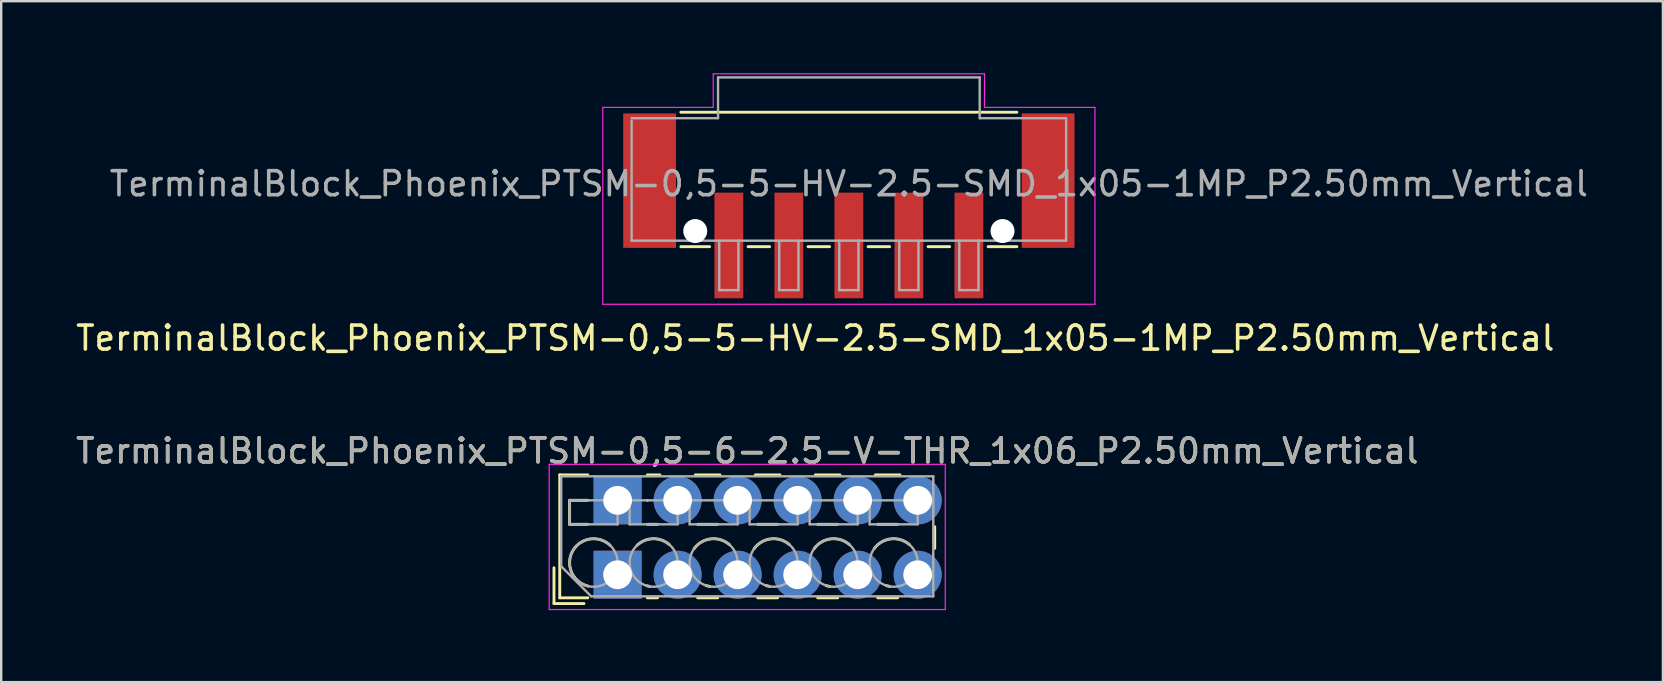
<source format=kicad_pcb>
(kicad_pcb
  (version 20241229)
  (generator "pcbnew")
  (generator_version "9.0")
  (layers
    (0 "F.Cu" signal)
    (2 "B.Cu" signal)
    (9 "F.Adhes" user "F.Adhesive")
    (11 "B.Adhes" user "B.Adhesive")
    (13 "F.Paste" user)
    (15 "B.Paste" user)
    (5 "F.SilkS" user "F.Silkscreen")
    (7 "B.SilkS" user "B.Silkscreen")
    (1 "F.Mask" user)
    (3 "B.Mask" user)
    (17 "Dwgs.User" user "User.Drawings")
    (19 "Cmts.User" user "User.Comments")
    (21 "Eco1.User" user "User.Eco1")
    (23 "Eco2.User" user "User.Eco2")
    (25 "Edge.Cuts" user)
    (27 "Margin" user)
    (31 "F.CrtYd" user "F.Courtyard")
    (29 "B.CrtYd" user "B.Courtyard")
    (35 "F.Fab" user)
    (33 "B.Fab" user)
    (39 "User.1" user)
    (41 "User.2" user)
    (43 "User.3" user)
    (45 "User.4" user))
  (footprint "TerminalBlock_Phoenix_PTSM-0,5-6-2.5-V-THR_1x06_P2.50mm_Vertical"
    (layer "F.Cu")
    (at 22.677 20.892)
    (property "Reference" "TerminalBlock_Phoenix_PTSM-0,5-6-2.5-V-THR_1x06_P2.50mm_Vertical" (at 5.4 -5.16 0) (layer "F.SilkS") (effects (font (size 1 1) (thickness 0.15))))
    (attr through_hole)
    (fp_line (start -2.65 -0.29) (end -2.65 1.2) (stroke (width 0.12) (type solid)) (layer "F.SilkS"))
    (fp_line (start -2.65 1.2) (end -1.4 1.2) (stroke (width 0.12) (type solid)) (layer "F.SilkS"))
    (fp_line (start -2.41 -4.16) (end -2.41 0.961) (stroke (width 0.12) (type solid)) (layer "F.SilkS"))
    (fp_line (start -2.41 -4.16) (end -1.24 -4.16) (stroke (width 0.12) (type solid)) (layer "F.SilkS"))
    (fp_line (start -2.41 0.961) (end -1.24 0.961) (stroke (width 0.12) (type solid)) (layer "F.SilkS"))
    (fp_line (start -2 -3.1) (end -2 -2.1) (stroke (width 0.12) (type solid)) (layer "F.SilkS"))
    (fp_line (start -2 -3.1) (end -1.24 -3.1) (stroke (width 0.12) (type solid)) (layer "F.SilkS"))
    (fp_line (start -2 -2.1) (end -1.24 -2.1) (stroke (width 0.12) (type solid)) (layer "F.SilkS"))
    (fp_line (start 1.24 -4.16) (end 1.763 -4.16) (stroke (width 0.12) (type solid)) (layer "F.SilkS"))
    (fp_line (start 1.24 -3.1) (end 1.245 -3.1) (stroke (width 0.12) (type solid)) (layer "F.SilkS"))
    (fp_line (start 1.24 -2.1) (end 1.665 -2.1) (stroke (width 0.12) (type solid)) (layer "F.SilkS"))
    (fp_line (start 1.24 0.961) (end 1.665 0.961) (stroke (width 0.12) (type solid)) (layer "F.SilkS"))
    (fp_line (start 3.238 -4.16) (end 4.263 -4.16) (stroke (width 0.12) (type solid)) (layer "F.SilkS"))
    (fp_line (start 3.336 -2.1) (end 4.165 -2.1) (stroke (width 0.12) (type solid)) (layer "F.SilkS"))
    (fp_line (start 3.336 0.961) (end 4.165 0.961) (stroke (width 0.12) (type solid)) (layer "F.SilkS"))
    (fp_line (start 5.738 -4.16) (end 6.763 -4.16) (stroke (width 0.12) (type solid)) (layer "F.SilkS"))
    (fp_line (start 5.836 -2.1) (end 6.665 -2.1) (stroke (width 0.12) (type solid)) (layer "F.SilkS"))
    (fp_line (start 5.836 0.961) (end 6.665 0.961) (stroke (width 0.12) (type solid)) (layer "F.SilkS"))
    (fp_line (start 8.238 -4.16) (end 9.263 -4.16) (stroke (width 0.12) (type solid)) (layer "F.SilkS"))
    (fp_line (start 8.336 -2.1) (end 9.165 -2.1) (stroke (width 0.12) (type solid)) (layer "F.SilkS"))
    (fp_line (start 8.336 0.961) (end 9.165 0.961) (stroke (width 0.12) (type solid)) (layer "F.SilkS"))
    (fp_line (start 10.738 -4.16) (end 11.763 -4.16) (stroke (width 0.12) (type solid)) (layer "F.SilkS"))
    (fp_line (start 10.836 -2.1) (end 11.665 -2.1) (stroke (width 0.12) (type solid)) (layer "F.SilkS"))
    (fp_line (start 10.836 0.961) (end 11.665 0.961) (stroke (width 0.12) (type solid)) (layer "F.SilkS"))
    (fp_line (start 13.21 -2) (end 13.21 -1.1) (stroke (width 0.12) (type solid)) (layer "F.SilkS"))
    (fp_arc (start -1.224629 0.474931) (mid -1.883573 -0.969306) (end -0.318 -1.232) (stroke (width 0.12) (type solid)) (layer "F.SilkS"))
    (fp_arc (start 0.817811 -1.23232) (mid 1.483053 -1.500693) (end 2.157 -1.255) (stroke (width 0.12) (type solid)) (layer "F.SilkS"))
    (fp_arc (start 1.344288 0.488343) (mid 1.284242 0.476994) (end 1.225 0.462) (stroke (width 0.12) (type solid)) (layer "F.SilkS"))
    (fp_arc (start 3.190612 -1.088697) (mid 3.887218 -1.494461) (end 4.657 -1.255) (stroke (width 0.12) (type solid)) (layer "F.SilkS"))
    (fp_arc (start 3.84373 0.488618) (mid 3.766646 0.47331) (end 3.691 0.452) (stroke (width 0.12) (type solid)) (layer "F.SilkS"))
    (fp_arc (start 5.690612 -1.088697) (mid 6.387218 -1.494461) (end 7.157 -1.255) (stroke (width 0.12) (type solid)) (layer "F.SilkS"))
    (fp_arc (start 6.34373 0.488618) (mid 6.266646 0.47331) (end 6.191 0.452) (stroke (width 0.12) (type solid)) (layer "F.SilkS"))
    (fp_arc (start 8.190612 -1.088697) (mid 8.887218 -1.494461) (end 9.657 -1.255) (stroke (width 0.12) (type solid)) (layer "F.SilkS"))
    (fp_arc (start 8.84373 0.488618) (mid 8.766646 0.47331) (end 8.691 0.452) (stroke (width 0.12) (type solid)) (layer "F.SilkS"))
    (fp_arc (start 10.690612 -1.088697) (mid 11.387218 -1.494461) (end 12.157 -1.255) (stroke (width 0.12) (type solid)) (layer "F.SilkS"))
    (fp_arc (start 11.34373 0.488618) (mid 11.266646 0.47331) (end 11.191 0.452) (stroke (width 0.12) (type solid)) (layer "F.SilkS"))
    (fp_line (start -2.85 -4.6) (end -2.85 1.45) (stroke (width 0.05) (type solid)) (layer "F.CrtYd"))
    (fp_line (start -2.85 1.45) (end 13.65 1.45) (stroke (width 0.05) (type solid)) (layer "F.CrtYd"))
    (fp_line (start 13.65 -4.6) (end -2.85 -4.6) (stroke (width 0.05) (type solid)) (layer "F.CrtYd"))
    (fp_line (start 13.65 1.45) (end 13.65 -4.6) (stroke (width 0.05) (type solid)) (layer "F.CrtYd"))
    (fp_line (start -2.35 -4.1) (end 13.15 -4.1) (stroke (width 0.1) (type solid)) (layer "F.Fab"))
    (fp_line (start -2.35 -0.35) (end -2.35 -4.1) (stroke (width 0.1) (type solid)) (layer "F.Fab"))
    (fp_line (start -2 -3.1) (end -2 -2.1) (stroke (width 0.1) (type solid)) (layer "F.Fab"))
    (fp_line (start -2 -2.1) (end 0 -2.1) (stroke (width 0.1) (type solid)) (layer "F.Fab"))
    (fp_line (start -1.1 0.9) (end -2.35 -0.35) (stroke (width 0.1) (type solid)) (layer "F.Fab"))
    (fp_line (start 0 -3.1) (end -2 -3.1) (stroke (width 0.1) (type solid)) (layer "F.Fab"))
    (fp_line (start 0 -2.1) (end 0 -3.1) (stroke (width 0.1) (type solid)) (layer "F.Fab"))
    (fp_line (start 0.5 -3.1) (end 0.5 -2.1) (stroke (width 0.1) (type solid)) (layer "F.Fab"))
    (fp_line (start 0.5 -2.1) (end 2.5 -2.1) (stroke (width 0.1) (type solid)) (layer "F.Fab"))
    (fp_line (start 2.5 -3.1) (end 0.5 -3.1) (stroke (width 0.1) (type solid)) (layer "F.Fab"))
    (fp_line (start 2.5 -2.1) (end 2.5 -3.1) (stroke (width 0.1) (type solid)) (layer "F.Fab"))
    (fp_line (start 3 -3.1) (end 3 -2.1) (stroke (width 0.1) (type solid)) (layer "F.Fab"))
    (fp_line (start 3 -2.1) (end 5 -2.1) (stroke (width 0.1) (type solid)) (layer "F.Fab"))
    (fp_line (start 5 -3.1) (end 3 -3.1) (stroke (width 0.1) (type solid)) (layer "F.Fab"))
    (fp_line (start 5 -2.1) (end 5 -3.1) (stroke (width 0.1) (type solid)) (layer "F.Fab"))
    (fp_line (start 5.5 -3.1) (end 5.5 -2.1) (stroke (width 0.1) (type solid)) (layer "F.Fab"))
    (fp_line (start 5.5 -2.1) (end 7.5 -2.1) (stroke (width 0.1) (type solid)) (layer "F.Fab"))
    (fp_line (start 7.5 -3.1) (end 5.5 -3.1) (stroke (width 0.1) (type solid)) (layer "F.Fab"))
    (fp_line (start 7.5 -2.1) (end 7.5 -3.1) (stroke (width 0.1) (type solid)) (layer "F.Fab"))
    (fp_line (start 8 -3.1) (end 8 -2.1) (stroke (width 0.1) (type solid)) (layer "F.Fab"))
    (fp_line (start 8 -2.1) (end 10 -2.1) (stroke (width 0.1) (type solid)) (layer "F.Fab"))
    (fp_line (start 10 -3.1) (end 8 -3.1) (stroke (width 0.1) (type solid)) (layer "F.Fab"))
    (fp_line (start 10 -2.1) (end 10 -3.1) (stroke (width 0.1) (type solid)) (layer "F.Fab"))
    (fp_line (start 10.5 -3.1) (end 10.5 -2.1) (stroke (width 0.1) (type solid)) (layer "F.Fab"))
    (fp_line (start 10.5 -2.1) (end 12.5 -2.1) (stroke (width 0.1) (type solid)) (layer "F.Fab"))
    (fp_line (start 12.5 -3.1) (end 10.5 -3.1) (stroke (width 0.1) (type solid)) (layer "F.Fab"))
    (fp_line (start 12.5 -2.1) (end 12.5 -3.1) (stroke (width 0.1) (type solid)) (layer "F.Fab"))
    (fp_line (start 13.15 -4.1) (end 13.15 0.9) (stroke (width 0.1) (type solid)) (layer "F.Fab"))
    (fp_line (start 13.15 0.9) (end -1.1 0.9) (stroke (width 0.1) (type solid)) (layer "F.Fab"))
    (fp_circle (center -1 -0.5) (end 0 -0.5) (stroke (width 0.1) (type solid)) (fill no) (layer "F.Fab"))
    (fp_circle (center 1.5 -0.5) (end 2.5 -0.5) (stroke (width 0.1) (type solid)) (fill no) (layer "F.Fab"))
    (fp_circle (center 4 -0.5) (end 5 -0.5) (stroke (width 0.1) (type solid)) (fill no) (layer "F.Fab"))
    (fp_circle (center 6.5 -0.5) (end 7.5 -0.5) (stroke (width 0.1) (type solid)) (fill no) (layer "F.Fab"))
    (fp_circle (center 9 -0.5) (end 10 -0.5) (stroke (width 0.1) (type solid)) (fill no) (layer "F.Fab"))
    (fp_circle (center 11.5 -0.5) (end 12.5 -0.5) (stroke (width 0.1) (type solid)) (fill no) (layer "F.Fab"))
    (fp_text user "${REFERENCE}" (at 5.4 -5.16 0) (layer "F.Fab") (effects (font (size 1 1) (thickness 0.15))))
    (pad "1" thru_hole rect (at 0 -3.1) (size 2 2) (drill 1.2) (layers "*.Cu" "*.Mask"))
    (pad "1" thru_hole rect (at 0 0) (size 2 2) (drill 1.2) (layers "*.Cu" "*.Mask"))
    (pad "2" thru_hole circle (at 2.5 -3.1) (size 2 2) (drill 1.2) (layers "*.Cu" "*.Mask"))
    (pad "2" thru_hole circle (at 2.5 0) (size 2 2) (drill 1.2) (layers "*.Cu" "*.Mask"))
    (pad "3" thru_hole circle (at 5 -3.1) (size 2 2) (drill 1.2) (layers "*.Cu" "*.Mask"))
    (pad "3" thru_hole circle (at 5 0) (size 2 2) (drill 1.2) (layers "*.Cu" "*.Mask"))
    (pad "4" thru_hole circle (at 7.5 -3.1) (size 2 2) (drill 1.2) (layers "*.Cu" "*.Mask"))
    (pad "4" thru_hole circle (at 7.5 0) (size 2 2) (drill 1.2) (layers "*.Cu" "*.Mask"))
    (pad "5" thru_hole circle (at 10 -3.1) (size 2 2) (drill 1.2) (layers "*.Cu" "*.Mask"))
    (pad "5" thru_hole circle (at 10 0) (size 2 2) (drill 1.2) (layers "*.Cu" "*.Mask"))
    (pad "6" thru_hole circle (at 12.5 -3.1) (size 2 2) (drill 1.2) (layers "*.Cu" "*.Mask"))
    (pad "6" thru_hole circle (at 12.5 0) (size 2 2) (drill 1.2) (layers "*.Cu" "*.Mask")))
  (footprint "TerminalBlock_Phoenix_PTSM-0,5-5-HV-2.5-SMD_1x05-1MP_P2.50mm_Vertical"
    (layer "F.Cu")
    (at 32.311 5.525)
    (property "Reference" "TerminalBlock_Phoenix_PTSM-0,5-5-HV-2.5-SMD_1x05-1MP_P2.50mm_Vertical" (at -1.4 5.51 0) (layer "F.SilkS") (effects (font (size 1 1) (thickness 0.15))))
    (attr smd)
    (fp_line (start -7 -3.9) (end 7 -3.9) (stroke (width 0.12) (type solid)) (layer "F.SilkS"))
    (fp_line (start -5.8 1.7) (end -7 1.7) (stroke (width 0.12) (type solid)) (layer "F.SilkS"))
    (fp_line (start -3.3 1.7) (end -4.2 1.7) (stroke (width 0.12) (type solid)) (layer "F.SilkS"))
    (fp_line (start -0.8 1.7) (end -1.7 1.7) (stroke (width 0.12) (type solid)) (layer "F.SilkS"))
    (fp_line (start 1.7 1.7) (end 0.8 1.7) (stroke (width 0.12) (type solid)) (layer "F.SilkS"))
    (fp_line (start 4.2 1.7) (end 3.3 1.7) (stroke (width 0.12) (type solid)) (layer "F.SilkS"))
    (fp_line (start 7 1.7) (end 5.8 1.7) (stroke (width 0.12) (type solid)) (layer "F.SilkS"))
    (fp_line (start -10.25 -4.1) (end -5.65 -4.1) (stroke (width 0.05) (type solid)) (layer "F.CrtYd"))
    (fp_line (start -10.25 4.1) (end -10.25 -4.1) (stroke (width 0.05) (type solid)) (layer "F.CrtYd"))
    (fp_line (start -5.65 -5.5) (end 5.65 -5.5) (stroke (width 0.05) (type solid)) (layer "F.CrtYd"))
    (fp_line (start -5.65 -4.1) (end -5.65 -5.5) (stroke (width 0.05) (type solid)) (layer "F.CrtYd"))
    (fp_line (start 5.65 -4.1) (end 5.65 -5.5) (stroke (width 0.05) (type solid)) (layer "F.CrtYd"))
    (fp_line (start 10.25 -4.1) (end 5.65 -4.1) (stroke (width 0.05) (type solid)) (layer "F.CrtYd"))
    (fp_line (start 10.25 -4.1) (end 10.25 4.1) (stroke (width 0.05) (type solid)) (layer "F.CrtYd"))
    (fp_line (start 10.25 4.1) (end -10.25 4.1) (stroke (width 0.05) (type solid)) (layer "F.CrtYd"))
    (fp_line (start -9.05 -3.65) (end -5.45 -3.65) (stroke (width 0.1) (type solid)) (layer "F.Fab"))
    (fp_line (start -9.05 1.45) (end -9.05 -3.55) (stroke (width 0.1) (type solid)) (layer "F.Fab"))
    (fp_line (start -5.45 -5.35) (end 5.45 -5.35) (stroke (width 0.1) (type solid)) (layer "F.Fab"))
    (fp_line (start -5.45 -3.65) (end -5.45 -5.35) (stroke (width 0.1) (type solid)) (layer "F.Fab"))
    (fp_line (start -5.4 1.45) (end -5.4 3.51) (stroke (width 0.1) (type solid)) (layer "F.Fab"))
    (fp_line (start -5.4 3.51) (end -4.6 3.51) (stroke (width 0.1) (type solid)) (layer "F.Fab"))
    (fp_line (start -4.6 1.45) (end -4.6 3.51) (stroke (width 0.1) (type solid)) (layer "F.Fab"))
    (fp_line (start -2.9 1.45) (end -2.9 3.51) (stroke (width 0.1) (type solid)) (layer "F.Fab"))
    (fp_line (start -2.9 3.51) (end -2.1 3.51) (stroke (width 0.1) (type solid)) (layer "F.Fab"))
    (fp_line (start -2.1 1.45) (end -2.1 3.51) (stroke (width 0.1) (type solid)) (layer "F.Fab"))
    (fp_line (start -0.4 1.45) (end -0.4 3.51) (stroke (width 0.1) (type solid)) (layer "F.Fab"))
    (fp_line (start -0.4 3.51) (end 0.4 3.51) (stroke (width 0.1) (type solid)) (layer "F.Fab"))
    (fp_line (start 0.4 1.45) (end 0.4 3.51) (stroke (width 0.1) (type solid)) (layer "F.Fab"))
    (fp_line (start 2.1 1.45) (end 2.1 3.51) (stroke (width 0.1) (type solid)) (layer "F.Fab"))
    (fp_line (start 2.1 3.51) (end 2.9 3.51) (stroke (width 0.1) (type solid)) (layer "F.Fab"))
    (fp_line (start 2.9 1.45) (end 2.9 3.51) (stroke (width 0.1) (type solid)) (layer "F.Fab"))
    (fp_line (start 4.6 1.45) (end 4.6 3.51) (stroke (width 0.1) (type solid)) (layer "F.Fab"))
    (fp_line (start 4.6 3.51) (end 5.4 3.51) (stroke (width 0.1) (type solid)) (layer "F.Fab"))
    (fp_line (start 5.4 1.45) (end 5.4 3.51) (stroke (width 0.1) (type solid)) (layer "F.Fab"))
    (fp_line (start 5.45 -5.35) (end 5.45 -3.65) (stroke (width 0.1) (type solid)) (layer "F.Fab"))
    (fp_line (start 5.45 -3.65) (end 9.05 -3.65) (stroke (width 0.1) (type solid)) (layer "F.Fab"))
    (fp_line (start 9.05 1.45) (end -9.05 1.45) (stroke (width 0.1) (type solid)) (layer "F.Fab"))
    (fp_line (start 9.05 1.45) (end 9.05 -3.6) (stroke (width 0.1) (type solid)) (layer "F.Fab"))
    (fp_text user "${REFERENCE}" (at 0 -0.92 0) (layer "F.Fab") (effects (font (size 1 1) (thickness 0.15))))
    (pad "" np_thru_hole circle (at -6.4 1.05) (size 1 1) (drill 1) (layers "*.Cu" "*.Mask"))
    (pad "" np_thru_hole circle (at 6.4 1.05) (size 1 1) (drill 1) (layers "*.Cu" "*.Mask"))
    (pad "1" smd rect (at -5 1.65 180) (size 1.2 4.4) (layers "F.Cu" "F.Mask" "F.Paste"))
    (pad "2" smd rect (at -2.5 1.65 180) (size 1.2 4.4) (layers "F.Cu" "F.Mask" "F.Paste"))
    (pad "3" smd rect (at 0 1.65 180) (size 1.2 4.4) (layers "F.Cu" "F.Mask" "F.Paste"))
    (pad "4" smd rect (at 2.5 1.65 180) (size 1.2 4.4) (layers "F.Cu" "F.Mask" "F.Paste"))
    (pad "5" smd rect (at 5 1.65 180) (size 1.2 4.4) (layers "F.Cu" "F.Mask" "F.Paste"))
    (pad "MP" smd rect (at -8.3 -1.05 180) (size 2.2 5.6) (layers "F.Cu" "F.Mask" "F.Paste"))
    (pad "MP" smd rect (at 8.3 -1.05 180) (size 2.2 5.6) (layers "F.Cu" "F.Mask" "F.Paste")))
  (gr_rect
    (start -3 -3)
    (end 66.221 25.366)
    (stroke (width 0.1) (type default))
    (fill no)
    (layer "Edge.Cuts")))
</source>
